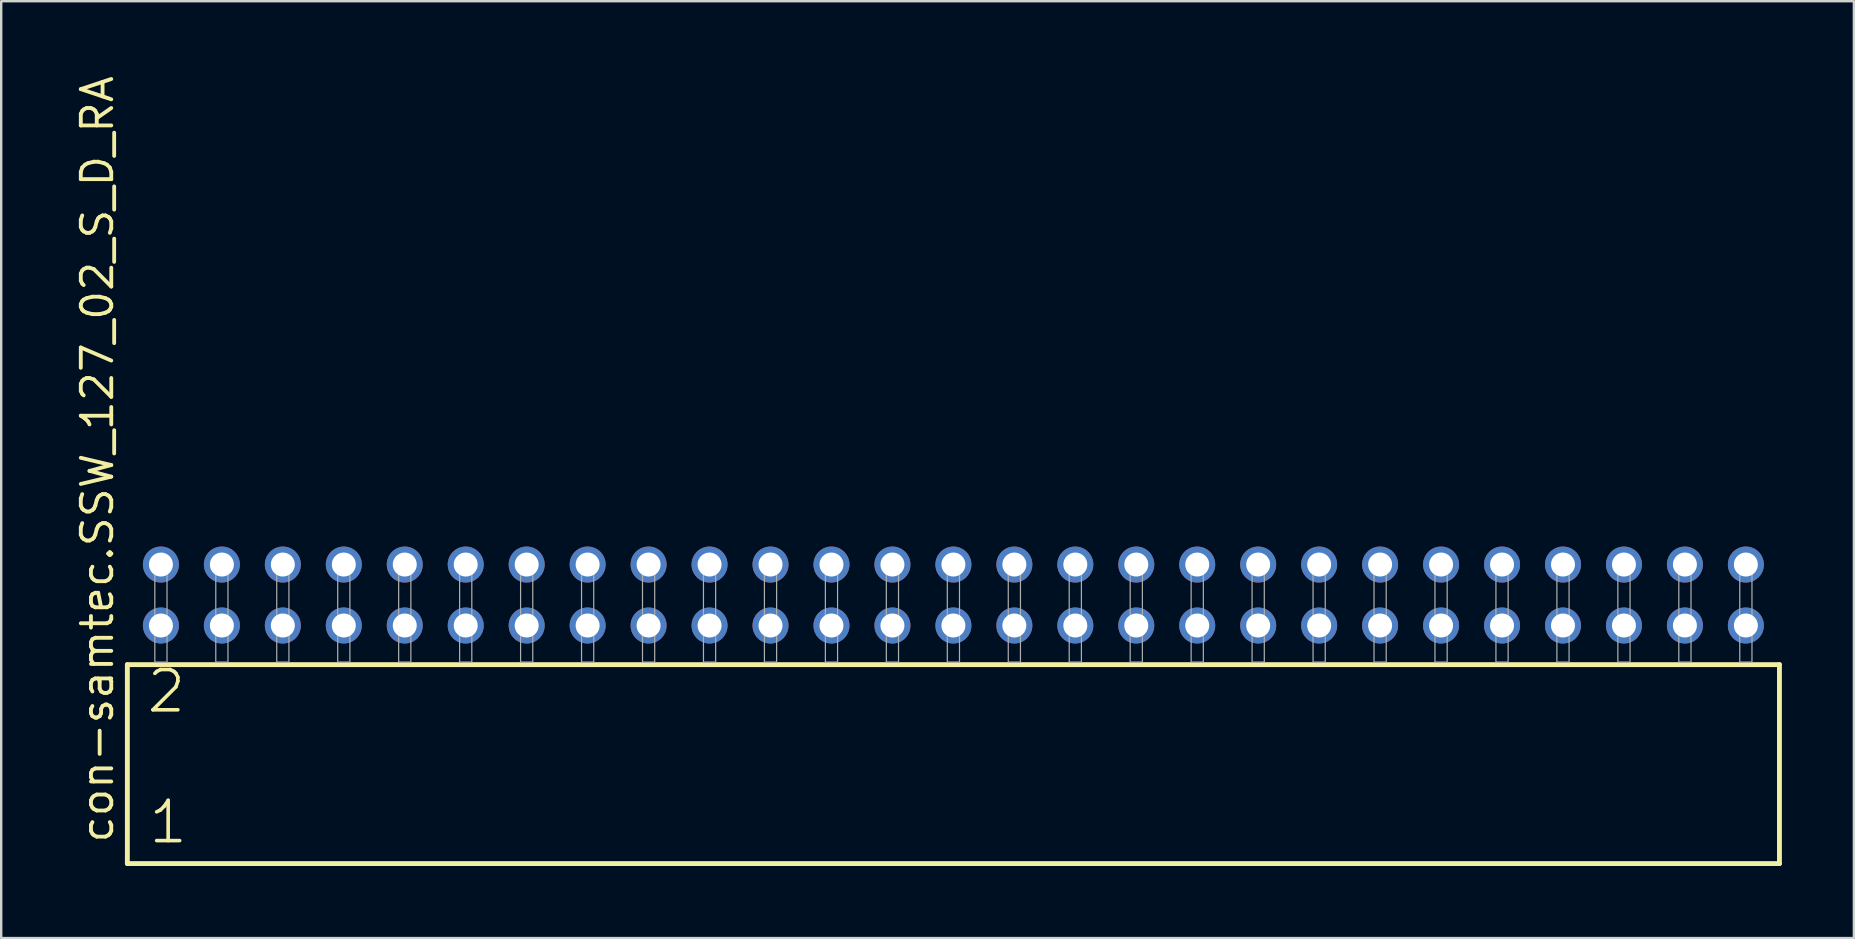
<source format=kicad_pcb>
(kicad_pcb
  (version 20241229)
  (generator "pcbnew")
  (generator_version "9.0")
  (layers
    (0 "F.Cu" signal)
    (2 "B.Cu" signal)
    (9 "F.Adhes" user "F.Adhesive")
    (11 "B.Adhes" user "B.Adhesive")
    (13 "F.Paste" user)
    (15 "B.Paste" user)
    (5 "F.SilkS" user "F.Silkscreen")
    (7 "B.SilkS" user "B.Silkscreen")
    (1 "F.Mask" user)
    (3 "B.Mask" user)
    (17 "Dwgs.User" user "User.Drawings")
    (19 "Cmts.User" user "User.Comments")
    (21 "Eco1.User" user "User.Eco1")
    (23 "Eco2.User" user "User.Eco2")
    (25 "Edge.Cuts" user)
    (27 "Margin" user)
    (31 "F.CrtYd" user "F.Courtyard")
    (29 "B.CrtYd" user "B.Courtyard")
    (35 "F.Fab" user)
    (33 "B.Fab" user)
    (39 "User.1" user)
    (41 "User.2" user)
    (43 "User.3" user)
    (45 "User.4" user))
  (footprint "con-samtec.SSW_127_02_S_D_RA"
    (layer "F.Cu")
    (at 36.675 24.537)
    (property "Reference" "con-samtec.SSW_127_02_S_D_RA" (at -34.925 7.62 90) (layer "F.SilkS") (effects (font (size 1.27 1.27) (thickness 0.16)) (justify left bottom)))
    (attr through_hole)
    (fp_line (start -34.419 0.106) (end -34.419 8.396) (stroke (width 0.203) (type default)) (layer "F.SilkS"))
    (fp_line (start -34.419 8.396) (end 34.419 8.396) (stroke (width 0.203) (type default)) (layer "F.SilkS"))
    (fp_line (start 34.419 0.106) (end -34.419 0.106) (stroke (width 0.203) (type default)) (layer "F.SilkS"))
    (fp_line (start 34.419 8.396) (end 34.419 0.106) (stroke (width 0.203) (type default)) (layer "F.SilkS"))
    (fp_rect (start -33.274 0) (end -32.766 -4.318) (stroke (width 0.05) (type default)) (fill no) (layer "F.Fab"))
    (fp_rect (start -30.734 0) (end -30.226 -4.318) (stroke (width 0.05) (type default)) (fill no) (layer "F.Fab"))
    (fp_rect (start -28.194 0) (end -27.686 -4.318) (stroke (width 0.05) (type default)) (fill no) (layer "F.Fab"))
    (fp_rect (start -25.654 0) (end -25.146 -4.318) (stroke (width 0.05) (type default)) (fill no) (layer "F.Fab"))
    (fp_rect (start -23.114 0) (end -22.606 -4.318) (stroke (width 0.05) (type default)) (fill no) (layer "F.Fab"))
    (fp_rect (start -20.574 0) (end -20.066 -4.318) (stroke (width 0.05) (type default)) (fill no) (layer "F.Fab"))
    (fp_rect (start -18.034 0) (end -17.526 -4.318) (stroke (width 0.05) (type default)) (fill no) (layer "F.Fab"))
    (fp_rect (start -15.494 0) (end -14.986 -4.318) (stroke (width 0.05) (type default)) (fill no) (layer "F.Fab"))
    (fp_rect (start -12.954 0) (end -12.446 -4.318) (stroke (width 0.05) (type default)) (fill no) (layer "F.Fab"))
    (fp_rect (start -10.414 0) (end -9.906 -4.318) (stroke (width 0.05) (type default)) (fill no) (layer "F.Fab"))
    (fp_rect (start -7.874 0) (end -7.366 -4.318) (stroke (width 0.05) (type default)) (fill no) (layer "F.Fab"))
    (fp_rect (start -5.334 0) (end -4.826 -4.318) (stroke (width 0.05) (type default)) (fill no) (layer "F.Fab"))
    (fp_rect (start -2.794 0) (end -2.286 -4.318) (stroke (width 0.05) (type default)) (fill no) (layer "F.Fab"))
    (fp_rect (start -0.254 0) (end 0.254 -4.318) (stroke (width 0.05) (type default)) (fill no) (layer "F.Fab"))
    (fp_rect (start 2.286 0) (end 2.794 -4.318) (stroke (width 0.05) (type default)) (fill no) (layer "F.Fab"))
    (fp_rect (start 4.826 0) (end 5.334 -4.318) (stroke (width 0.05) (type default)) (fill no) (layer "F.Fab"))
    (fp_rect (start 7.366 0) (end 7.874 -4.318) (stroke (width 0.05) (type default)) (fill no) (layer "F.Fab"))
    (fp_rect (start 9.906 0) (end 10.414 -4.318) (stroke (width 0.05) (type default)) (fill no) (layer "F.Fab"))
    (fp_rect (start 12.446 0) (end 12.954 -4.318) (stroke (width 0.05) (type default)) (fill no) (layer "F.Fab"))
    (fp_rect (start 14.986 0) (end 15.494 -4.318) (stroke (width 0.05) (type default)) (fill no) (layer "F.Fab"))
    (fp_rect (start 17.526 0) (end 18.034 -4.318) (stroke (width 0.05) (type default)) (fill no) (layer "F.Fab"))
    (fp_rect (start 20.066 0) (end 20.574 -4.318) (stroke (width 0.05) (type default)) (fill no) (layer "F.Fab"))
    (fp_rect (start 22.606 0) (end 23.114 -4.318) (stroke (width 0.05) (type default)) (fill no) (layer "F.Fab"))
    (fp_rect (start 25.146 0) (end 25.654 -4.318) (stroke (width 0.05) (type default)) (fill no) (layer "F.Fab"))
    (fp_rect (start 27.686 0) (end 28.194 -4.318) (stroke (width 0.05) (type default)) (fill no) (layer "F.Fab"))
    (fp_rect (start 30.226 0) (end 30.734 -4.318) (stroke (width 0.05) (type default)) (fill no) (layer "F.Fab"))
    (fp_rect (start 32.766 0) (end 33.274 -4.318) (stroke (width 0.05) (type default)) (fill no) (layer "F.Fab"))
    (fp_text user "2" (at -33.69 2.2 0) (layer "F.SilkS") (effects (font (size 1.676 1.676) (thickness 0.15)) (justify left bottom)))
    (fp_text user "1" (at -33.615 7.65 0) (layer "F.SilkS") (effects (font (size 1.676 1.676) (thickness 0.15)) (justify left bottom)))
    (pad "1" thru_hole circle (at -33.02 -1.524) (size 1.5 1.5) (drill 1) (layers "*.Cu" "*.Mask"))
    (pad "2" thru_hole circle (at -33.02 -4.064) (size 1.5 1.5) (drill 1) (layers "*.Cu" "*.Mask"))
    (pad "3" thru_hole circle (at -30.48 -1.524) (size 1.5 1.5) (drill 1) (layers "*.Cu" "*.Mask"))
    (pad "4" thru_hole circle (at -30.48 -4.064) (size 1.5 1.5) (drill 1) (layers "*.Cu" "*.Mask"))
    (pad "5" thru_hole circle (at -27.94 -1.524) (size 1.5 1.5) (drill 1) (layers "*.Cu" "*.Mask"))
    (pad "6" thru_hole circle (at -27.94 -4.064) (size 1.5 1.5) (drill 1) (layers "*.Cu" "*.Mask"))
    (pad "7" thru_hole circle (at -25.4 -1.524) (size 1.5 1.5) (drill 1) (layers "*.Cu" "*.Mask"))
    (pad "8" thru_hole circle (at -25.4 -4.064) (size 1.5 1.5) (drill 1) (layers "*.Cu" "*.Mask"))
    (pad "9" thru_hole circle (at -22.86 -1.524) (size 1.5 1.5) (drill 1) (layers "*.Cu" "*.Mask"))
    (pad "10" thru_hole circle (at -22.86 -4.064) (size 1.5 1.5) (drill 1) (layers "*.Cu" "*.Mask"))
    (pad "11" thru_hole circle (at -20.32 -1.524) (size 1.5 1.5) (drill 1) (layers "*.Cu" "*.Mask"))
    (pad "12" thru_hole circle (at -20.32 -4.064) (size 1.5 1.5) (drill 1) (layers "*.Cu" "*.Mask"))
    (pad "13" thru_hole circle (at -17.78 -1.524) (size 1.5 1.5) (drill 1) (layers "*.Cu" "*.Mask"))
    (pad "14" thru_hole circle (at -17.78 -4.064) (size 1.5 1.5) (drill 1) (layers "*.Cu" "*.Mask"))
    (pad "15" thru_hole circle (at -15.24 -1.524) (size 1.5 1.5) (drill 1) (layers "*.Cu" "*.Mask"))
    (pad "16" thru_hole circle (at -15.24 -4.064) (size 1.5 1.5) (drill 1) (layers "*.Cu" "*.Mask"))
    (pad "17" thru_hole circle (at -12.7 -1.524) (size 1.5 1.5) (drill 1) (layers "*.Cu" "*.Mask"))
    (pad "18" thru_hole circle (at -12.7 -4.064) (size 1.5 1.5) (drill 1) (layers "*.Cu" "*.Mask"))
    (pad "19" thru_hole circle (at -10.16 -1.524) (size 1.5 1.5) (drill 1) (layers "*.Cu" "*.Mask"))
    (pad "20" thru_hole circle (at -10.16 -4.064) (size 1.5 1.5) (drill 1) (layers "*.Cu" "*.Mask"))
    (pad "21" thru_hole circle (at -7.62 -1.524) (size 1.5 1.5) (drill 1) (layers "*.Cu" "*.Mask"))
    (pad "22" thru_hole circle (at -7.62 -4.064) (size 1.5 1.5) (drill 1) (layers "*.Cu" "*.Mask"))
    (pad "23" thru_hole circle (at -5.08 -1.524) (size 1.5 1.5) (drill 1) (layers "*.Cu" "*.Mask"))
    (pad "24" thru_hole circle (at -5.08 -4.064) (size 1.5 1.5) (drill 1) (layers "*.Cu" "*.Mask"))
    (pad "25" thru_hole circle (at -2.54 -1.524) (size 1.5 1.5) (drill 1) (layers "*.Cu" "*.Mask"))
    (pad "26" thru_hole circle (at -2.54 -4.064) (size 1.5 1.5) (drill 1) (layers "*.Cu" "*.Mask"))
    (pad "27" thru_hole circle (at 0 -1.524) (size 1.5 1.5) (drill 1) (layers "*.Cu" "*.Mask"))
    (pad "28" thru_hole circle (at 0 -4.064) (size 1.5 1.5) (drill 1) (layers "*.Cu" "*.Mask"))
    (pad "29" thru_hole circle (at 2.54 -1.524) (size 1.5 1.5) (drill 1) (layers "*.Cu" "*.Mask"))
    (pad "30" thru_hole circle (at 2.54 -4.064) (size 1.5 1.5) (drill 1) (layers "*.Cu" "*.Mask"))
    (pad "31" thru_hole circle (at 5.08 -1.524) (size 1.5 1.5) (drill 1) (layers "*.Cu" "*.Mask"))
    (pad "32" thru_hole circle (at 5.08 -4.064) (size 1.5 1.5) (drill 1) (layers "*.Cu" "*.Mask"))
    (pad "33" thru_hole circle (at 7.62 -1.524) (size 1.5 1.5) (drill 1) (layers "*.Cu" "*.Mask"))
    (pad "34" thru_hole circle (at 7.62 -4.064) (size 1.5 1.5) (drill 1) (layers "*.Cu" "*.Mask"))
    (pad "35" thru_hole circle (at 10.16 -1.524) (size 1.5 1.5) (drill 1) (layers "*.Cu" "*.Mask"))
    (pad "36" thru_hole circle (at 10.16 -4.064) (size 1.5 1.5) (drill 1) (layers "*.Cu" "*.Mask"))
    (pad "37" thru_hole circle (at 12.7 -1.524) (size 1.5 1.5) (drill 1) (layers "*.Cu" "*.Mask"))
    (pad "38" thru_hole circle (at 12.7 -4.064) (size 1.5 1.5) (drill 1) (layers "*.Cu" "*.Mask"))
    (pad "39" thru_hole circle (at 15.24 -1.524) (size 1.5 1.5) (drill 1) (layers "*.Cu" "*.Mask"))
    (pad "40" thru_hole circle (at 15.24 -4.064) (size 1.5 1.5) (drill 1) (layers "*.Cu" "*.Mask"))
    (pad "41" thru_hole circle (at 17.78 -1.524) (size 1.5 1.5) (drill 1) (layers "*.Cu" "*.Mask"))
    (pad "42" thru_hole circle (at 17.78 -4.064) (size 1.5 1.5) (drill 1) (layers "*.Cu" "*.Mask"))
    (pad "43" thru_hole circle (at 20.32 -1.524) (size 1.5 1.5) (drill 1) (layers "*.Cu" "*.Mask"))
    (pad "44" thru_hole circle (at 20.32 -4.064) (size 1.5 1.5) (drill 1) (layers "*.Cu" "*.Mask"))
    (pad "45" thru_hole circle (at 22.86 -1.524) (size 1.5 1.5) (drill 1) (layers "*.Cu" "*.Mask"))
    (pad "46" thru_hole circle (at 22.86 -4.064) (size 1.5 1.5) (drill 1) (layers "*.Cu" "*.Mask"))
    (pad "47" thru_hole circle (at 25.4 -1.524) (size 1.5 1.5) (drill 1) (layers "*.Cu" "*.Mask"))
    (pad "48" thru_hole circle (at 25.4 -4.064) (size 1.5 1.5) (drill 1) (layers "*.Cu" "*.Mask"))
    (pad "49" thru_hole circle (at 27.94 -1.524) (size 1.5 1.5) (drill 1) (layers "*.Cu" "*.Mask"))
    (pad "50" thru_hole circle (at 27.94 -4.064) (size 1.5 1.5) (drill 1) (layers "*.Cu" "*.Mask"))
    (pad "51" thru_hole circle (at 30.48 -1.524) (size 1.5 1.5) (drill 1) (layers "*.Cu" "*.Mask"))
    (pad "52" thru_hole circle (at 30.48 -4.064) (size 1.5 1.5) (drill 1) (layers "*.Cu" "*.Mask"))
    (pad "53" thru_hole circle (at 33.02 -1.524) (size 1.5 1.5) (drill 1) (layers "*.Cu" "*.Mask"))
    (pad "54" thru_hole circle (at 33.02 -4.064) (size 1.5 1.5) (drill 1) (layers "*.Cu" "*.Mask")))
  (gr_rect
    (start -3 -3)
    (end 74.196 36.035)
    (stroke (width 0.1) (type default))
    (fill no)
    (layer "Edge.Cuts")))
</source>
